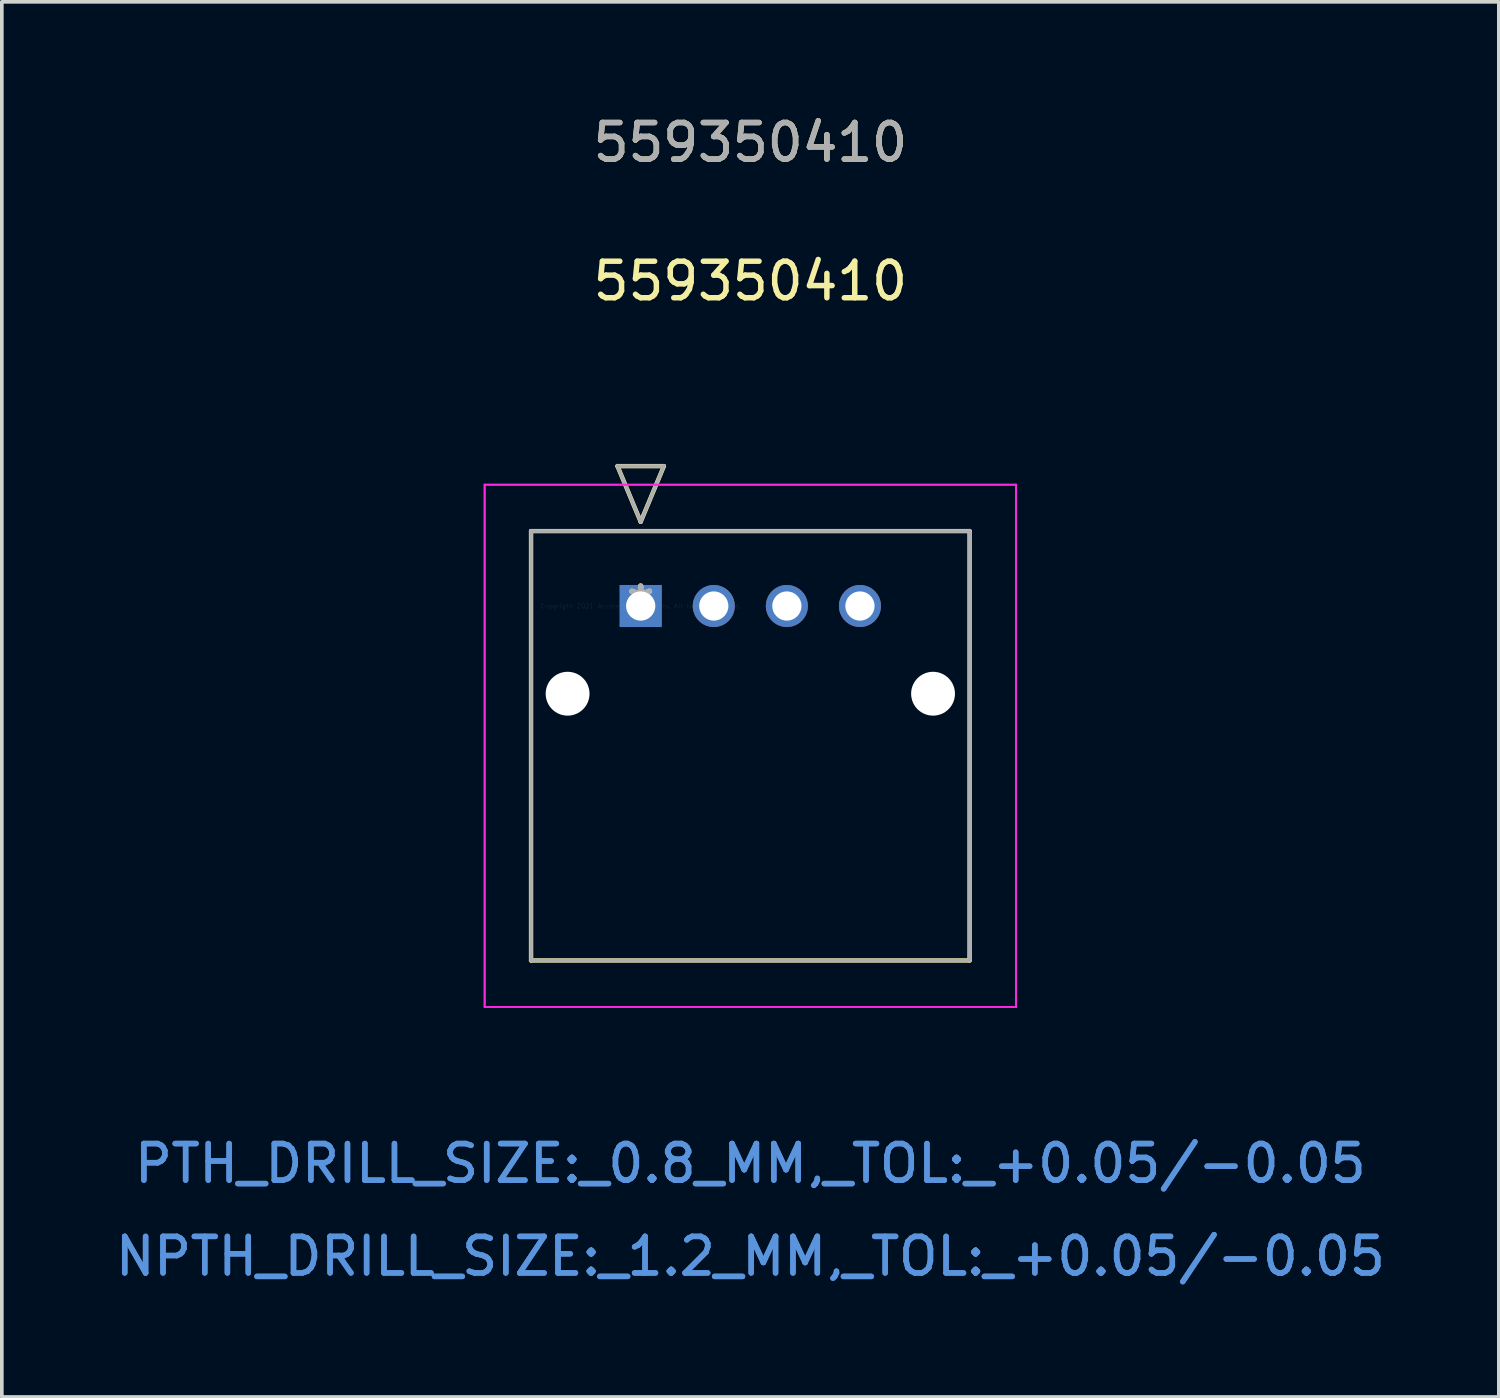
<source format=kicad_pcb>
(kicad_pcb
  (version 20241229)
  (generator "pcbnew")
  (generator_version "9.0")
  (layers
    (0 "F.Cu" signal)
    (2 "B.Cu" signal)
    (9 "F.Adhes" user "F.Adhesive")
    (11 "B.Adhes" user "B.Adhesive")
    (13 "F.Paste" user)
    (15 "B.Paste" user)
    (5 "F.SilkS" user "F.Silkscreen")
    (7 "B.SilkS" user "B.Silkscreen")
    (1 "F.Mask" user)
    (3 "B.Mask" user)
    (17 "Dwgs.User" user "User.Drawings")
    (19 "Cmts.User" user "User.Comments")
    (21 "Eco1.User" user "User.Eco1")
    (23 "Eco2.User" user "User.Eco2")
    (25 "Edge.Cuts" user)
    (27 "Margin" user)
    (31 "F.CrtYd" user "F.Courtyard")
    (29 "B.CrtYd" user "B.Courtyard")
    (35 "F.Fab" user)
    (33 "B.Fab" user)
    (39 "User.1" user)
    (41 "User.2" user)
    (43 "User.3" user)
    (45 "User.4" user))
  (footprint "559350410"
    (layer "F.Cu")
    (at 14.482 13.533)
    (property "Reference" "559350410" (at 3 -8.89 0) (layer "F.SilkS") (effects (font (size 1 1) (thickness 0.15))))
    (attr through_hole)
    (fp_line (start -3 -2.05) (end -3 9.7) (stroke (width 0.12) (type solid)) (layer "F.SilkS"))
    (fp_line (start -3 9.7) (end 9 9.7) (stroke (width 0.12) (type solid)) (layer "F.SilkS"))
    (fp_line (start -0.635 -3.828) (end 0 -2.304) (stroke (width 0.12) (type solid)) (layer "F.SilkS"))
    (fp_line (start 0 -2.304) (end 0.635 -3.828) (stroke (width 0.12) (type solid)) (layer "F.SilkS"))
    (fp_line (start 0.635 -3.828) (end -0.635 -3.828) (stroke (width 0.12) (type solid)) (layer "F.SilkS"))
    (fp_line (start 9 -2.05) (end -3 -2.05) (stroke (width 0.12) (type solid)) (layer "F.SilkS"))
    (fp_line (start 9 9.7) (end 9 -2.05) (stroke (width 0.12) (type solid)) (layer "F.SilkS"))
    (fp_line (start -4.27 -3.32) (end -4.27 10.97) (stroke (width 0.05) (type solid)) (layer "F.CrtYd"))
    (fp_line (start -4.27 -3.32) (end -4.27 10.97) (stroke (width 0.05) (type solid)) (layer "F.CrtYd"))
    (fp_line (start -4.27 10.97) (end 10.27 10.97) (stroke (width 0.05) (type solid)) (layer "F.CrtYd"))
    (fp_line (start -4.27 10.97) (end 10.27 10.97) (stroke (width 0.05) (type solid)) (layer "F.CrtYd"))
    (fp_line (start 10.27 -3.32) (end -4.27 -3.32) (stroke (width 0.05) (type solid)) (layer "F.CrtYd"))
    (fp_line (start 10.27 -3.32) (end -4.27 -3.32) (stroke (width 0.05) (type solid)) (layer "F.CrtYd"))
    (fp_line (start 10.27 10.97) (end 10.27 -3.32) (stroke (width 0.05) (type solid)) (layer "F.CrtYd"))
    (fp_line (start 10.27 10.97) (end 10.27 -3.32) (stroke (width 0.05) (type solid)) (layer "F.CrtYd"))
    (fp_line (start -3 -2.05) (end -3 9.7) (stroke (width 0.1) (type solid)) (layer "F.Fab"))
    (fp_line (start -3 9.7) (end 9 9.7) (stroke (width 0.1) (type solid)) (layer "F.Fab"))
    (fp_line (start -0.635 -3.828) (end 0 -2.304) (stroke (width 0.1) (type solid)) (layer "F.Fab"))
    (fp_line (start 0 -2.304) (end 0.635 -3.828) (stroke (width 0.1) (type solid)) (layer "F.Fab"))
    (fp_line (start 0.635 -3.828) (end -0.635 -3.828) (stroke (width 0.1) (type solid)) (layer "F.Fab"))
    (fp_line (start 9 -2.05) (end -3 -2.05) (stroke (width 0.1) (type solid)) (layer "F.Fab"))
    (fp_line (start 9 9.7) (end 9 -2.05) (stroke (width 0.1) (type solid)) (layer "F.Fab"))
    (fp_text user "*" (at 0 0 0) (layer "F.SilkS") (effects (font (size 1 1) (thickness 0.15))))
    (fp_text user "559350410" (at 3 -12.685 0) (layer "F.SilkS") (effects (font (size 1 1) (thickness 0.15))))
    (fp_text user "PTH_DRILL_SIZE:_0.8_MM,_TOL:_+0.05/-0.05" (at 3 15.255 0) (layer "Cmts.User") (effects (font (size 1 1) (thickness 0.15))))
    (fp_text user "Copyright 2021 Accelerated Designs. All rights reserved." (at 0 0 0) (layer "Cmts.User") (effects (font (size 0.127 0.127) (thickness 0.002))))
    (fp_text user "PTH_DRILL_SIZE:_0.8_MM,_TOL:_+0.05/-0.05" (at 3 15.255 0) (layer "Cmts.User") (effects (font (size 1 1) (thickness 0.15))))
    (fp_text user "NPTH_DRILL_SIZE:_1.2_MM,_TOL:_+0.05/-0.05" (at 3 17.795 0) (layer "Cmts.User") (effects (font (size 1 1) (thickness 0.15))))
    (fp_text user "NPTH_DRILL_SIZE:_1.2_MM,_TOL:_+0.05/-0.05" (at 3 17.795 0) (layer "Cmts.User") (effects (font (size 1 1) (thickness 0.15))))
    (fp_text user "*" (at 0 0 0) (layer "F.Fab") (effects (font (size 1 1) (thickness 0.15))))
    (fp_text user "559350410" (at 3 -12.685 0) (layer "F.Fab") (effects (font (size 1 1) (thickness 0.15))))
    (pad "" np_thru_hole circle (at -2 2.4) (size 1.2 1.2) (drill 1.2) (layers "*.Cu" "*.Mask"))
    (pad "" np_thru_hole circle (at 8 2.4) (size 1.2 1.2) (drill 1.2) (layers "*.Cu" "*.Mask"))
    (pad "1" thru_hole rect (at 0 0) (size 1.15 1.15) (drill 0.8) (layers "*.Cu" "*.Mask"))
    (pad "2" thru_hole circle (at 2 0) (size 1.15 1.15) (drill 0.8) (layers "*.Cu" "*.Mask"))
    (pad "3" thru_hole circle (at 4 0) (size 1.15 1.15) (drill 0.8) (layers "*.Cu" "*.Mask"))
    (pad "4" thru_hole circle (at 6 0) (size 1.15 1.15) (drill 0.8) (layers "*.Cu" "*.Mask")))
  (gr_rect
    (start -3 -3)
    (end 37.964 35.176)
    (stroke (width 0.1) (type default))
    (fill no)
    (layer "Edge.Cuts")))
</source>
